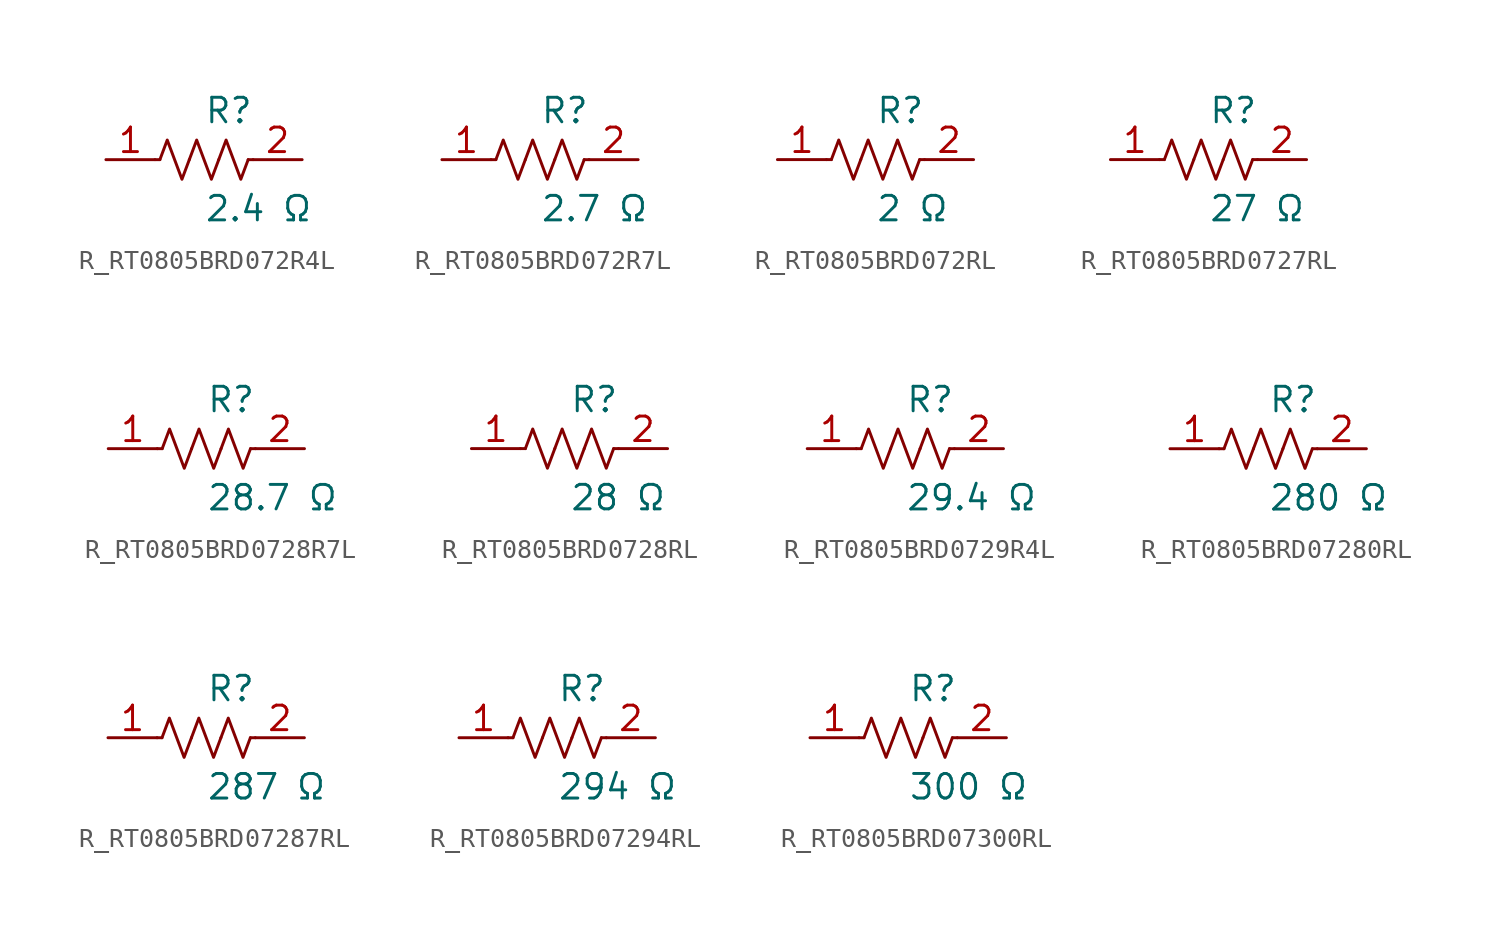
<source format=kicad_sym>
(kicad_symbol_lib
  (version 20231120)
  (generator kicad_symbol_editor)
  (generator_version 8.0)
  (symbol "R_RT0805BRD072R4L"
    (pin_names
      (offset 0.254))
    (property "Reference" "R"
      (at 0.0 2.54 0)
      (effects (font (size 1.27 1.27)) (justify left)))
    (property "Value" "2.4 Ω"
      (at 0.0 -2.54 0)
      (effects (font (size 1.27 1.27)) (justify left)))
    (symbol "R_RT0805BRD072R4L_0_1"
      (polyline (pts (xy 2.286 0) (xy 2.54 0)) (stroke (width 0) (type default)) (fill (type none)))
      (polyline (pts (xy -2.286 0) (xy -2.54 0)) (stroke (width 0) (type default)) (fill (type none)))
      (polyline (pts (xy 0.762 0) (xy 1.143 1.016) (xy 1.524 0) (xy 1.905 -1.016) (xy 2.286 0)) (stroke (width 0) (type default)) (fill (type none)))
      (polyline (pts (xy -0.762 0) (xy -0.381 1.016) (xy 0 0) (xy 0.381 -1.016) (xy 0.762 0)) (stroke (width 0) (type default)) (fill (type none)))
      (polyline (pts (xy -2.286 0) (xy -1.905 1.016) (xy -1.524 0) (xy -1.143 -1.016) (xy -0.762 0)) (stroke (width 0) (type default)) (fill (type none))))
    (pin unspecified line
      (at -5.08 0 0)
      (length 2.54)
      (name "" (effects (font (size 1.27 1.27))))
      (number "1" (effects (font (size 1.27 1.27)))))
    (pin unspecified line
      (at 5.08 0 180)
      (length 2.54)
      (name "" (effects (font (size 1.27 1.27))))
      (number "2" (effects (font (size 1.27 1.27))))))
  (symbol "R_RT0805BRD072R7L"
    (pin_names
      (offset 0.254))
    (property "Reference" "R"
      (at 0.0 2.54 0)
      (effects (font (size 1.27 1.27)) (justify left)))
    (property "Value" "2.7 Ω"
      (at 0.0 -2.54 0)
      (effects (font (size 1.27 1.27)) (justify left)))
    (symbol "R_RT0805BRD072R7L_0_1"
      (polyline (pts (xy 2.286 0) (xy 2.54 0)) (stroke (width 0) (type default)) (fill (type none)))
      (polyline (pts (xy -2.286 0) (xy -2.54 0)) (stroke (width 0) (type default)) (fill (type none)))
      (polyline (pts (xy 0.762 0) (xy 1.143 1.016) (xy 1.524 0) (xy 1.905 -1.016) (xy 2.286 0)) (stroke (width 0) (type default)) (fill (type none)))
      (polyline (pts (xy -0.762 0) (xy -0.381 1.016) (xy 0 0) (xy 0.381 -1.016) (xy 0.762 0)) (stroke (width 0) (type default)) (fill (type none)))
      (polyline (pts (xy -2.286 0) (xy -1.905 1.016) (xy -1.524 0) (xy -1.143 -1.016) (xy -0.762 0)) (stroke (width 0) (type default)) (fill (type none))))
    (pin unspecified line
      (at -5.08 0 0)
      (length 2.54)
      (name "" (effects (font (size 1.27 1.27))))
      (number "1" (effects (font (size 1.27 1.27)))))
    (pin unspecified line
      (at 5.08 0 180)
      (length 2.54)
      (name "" (effects (font (size 1.27 1.27))))
      (number "2" (effects (font (size 1.27 1.27))))))
  (symbol "R_RT0805BRD072RL"
    (pin_names
      (offset 0.254))
    (property "Reference" "R"
      (at 0.0 2.54 0)
      (effects (font (size 1.27 1.27)) (justify left)))
    (property "Value" "2 Ω"
      (at 0.0 -2.54 0)
      (effects (font (size 1.27 1.27)) (justify left)))
    (symbol "R_RT0805BRD072RL_0_1"
      (polyline (pts (xy 2.286 0) (xy 2.54 0)) (stroke (width 0) (type default)) (fill (type none)))
      (polyline (pts (xy -2.286 0) (xy -2.54 0)) (stroke (width 0) (type default)) (fill (type none)))
      (polyline (pts (xy 0.762 0) (xy 1.143 1.016) (xy 1.524 0) (xy 1.905 -1.016) (xy 2.286 0)) (stroke (width 0) (type default)) (fill (type none)))
      (polyline (pts (xy -0.762 0) (xy -0.381 1.016) (xy 0 0) (xy 0.381 -1.016) (xy 0.762 0)) (stroke (width 0) (type default)) (fill (type none)))
      (polyline (pts (xy -2.286 0) (xy -1.905 1.016) (xy -1.524 0) (xy -1.143 -1.016) (xy -0.762 0)) (stroke (width 0) (type default)) (fill (type none))))
    (pin unspecified line
      (at -5.08 0 0)
      (length 2.54)
      (name "" (effects (font (size 1.27 1.27))))
      (number "1" (effects (font (size 1.27 1.27)))))
    (pin unspecified line
      (at 5.08 0 180)
      (length 2.54)
      (name "" (effects (font (size 1.27 1.27))))
      (number "2" (effects (font (size 1.27 1.27))))))
  (symbol "R_RT0805BRD0727RL"
    (pin_names
      (offset 0.254))
    (property "Reference" "R"
      (at 0.0 2.54 0)
      (effects (font (size 1.27 1.27)) (justify left)))
    (property "Value" "27 Ω"
      (at 0.0 -2.54 0)
      (effects (font (size 1.27 1.27)) (justify left)))
    (symbol "R_RT0805BRD0727RL_0_1"
      (polyline (pts (xy 2.286 0) (xy 2.54 0)) (stroke (width 0) (type default)) (fill (type none)))
      (polyline (pts (xy -2.286 0) (xy -2.54 0)) (stroke (width 0) (type default)) (fill (type none)))
      (polyline (pts (xy 0.762 0) (xy 1.143 1.016) (xy 1.524 0) (xy 1.905 -1.016) (xy 2.286 0)) (stroke (width 0) (type default)) (fill (type none)))
      (polyline (pts (xy -0.762 0) (xy -0.381 1.016) (xy 0 0) (xy 0.381 -1.016) (xy 0.762 0)) (stroke (width 0) (type default)) (fill (type none)))
      (polyline (pts (xy -2.286 0) (xy -1.905 1.016) (xy -1.524 0) (xy -1.143 -1.016) (xy -0.762 0)) (stroke (width 0) (type default)) (fill (type none))))
    (pin unspecified line
      (at -5.08 0 0)
      (length 2.54)
      (name "" (effects (font (size 1.27 1.27))))
      (number "1" (effects (font (size 1.27 1.27)))))
    (pin unspecified line
      (at 5.08 0 180)
      (length 2.54)
      (name "" (effects (font (size 1.27 1.27))))
      (number "2" (effects (font (size 1.27 1.27))))))
  (symbol "R_RT0805BRD0728R7L"
    (pin_names
      (offset 0.254))
    (property "Reference" "R"
      (at 0.0 2.54 0)
      (effects (font (size 1.27 1.27)) (justify left)))
    (property "Value" "28.7 Ω"
      (at 0.0 -2.54 0)
      (effects (font (size 1.27 1.27)) (justify left)))
    (symbol "R_RT0805BRD0728R7L_0_1"
      (polyline (pts (xy 2.286 0) (xy 2.54 0)) (stroke (width 0) (type default)) (fill (type none)))
      (polyline (pts (xy -2.286 0) (xy -2.54 0)) (stroke (width 0) (type default)) (fill (type none)))
      (polyline (pts (xy 0.762 0) (xy 1.143 1.016) (xy 1.524 0) (xy 1.905 -1.016) (xy 2.286 0)) (stroke (width 0) (type default)) (fill (type none)))
      (polyline (pts (xy -0.762 0) (xy -0.381 1.016) (xy 0 0) (xy 0.381 -1.016) (xy 0.762 0)) (stroke (width 0) (type default)) (fill (type none)))
      (polyline (pts (xy -2.286 0) (xy -1.905 1.016) (xy -1.524 0) (xy -1.143 -1.016) (xy -0.762 0)) (stroke (width 0) (type default)) (fill (type none))))
    (pin unspecified line
      (at -5.08 0 0)
      (length 2.54)
      (name "" (effects (font (size 1.27 1.27))))
      (number "1" (effects (font (size 1.27 1.27)))))
    (pin unspecified line
      (at 5.08 0 180)
      (length 2.54)
      (name "" (effects (font (size 1.27 1.27))))
      (number "2" (effects (font (size 1.27 1.27))))))
  (symbol "R_RT0805BRD0728RL"
    (pin_names
      (offset 0.254))
    (property "Reference" "R"
      (at 0.0 2.54 0)
      (effects (font (size 1.27 1.27)) (justify left)))
    (property "Value" "28 Ω"
      (at 0.0 -2.54 0)
      (effects (font (size 1.27 1.27)) (justify left)))
    (symbol "R_RT0805BRD0728RL_0_1"
      (polyline (pts (xy 2.286 0) (xy 2.54 0)) (stroke (width 0) (type default)) (fill (type none)))
      (polyline (pts (xy -2.286 0) (xy -2.54 0)) (stroke (width 0) (type default)) (fill (type none)))
      (polyline (pts (xy 0.762 0) (xy 1.143 1.016) (xy 1.524 0) (xy 1.905 -1.016) (xy 2.286 0)) (stroke (width 0) (type default)) (fill (type none)))
      (polyline (pts (xy -0.762 0) (xy -0.381 1.016) (xy 0 0) (xy 0.381 -1.016) (xy 0.762 0)) (stroke (width 0) (type default)) (fill (type none)))
      (polyline (pts (xy -2.286 0) (xy -1.905 1.016) (xy -1.524 0) (xy -1.143 -1.016) (xy -0.762 0)) (stroke (width 0) (type default)) (fill (type none))))
    (pin unspecified line
      (at -5.08 0 0)
      (length 2.54)
      (name "" (effects (font (size 1.27 1.27))))
      (number "1" (effects (font (size 1.27 1.27)))))
    (pin unspecified line
      (at 5.08 0 180)
      (length 2.54)
      (name "" (effects (font (size 1.27 1.27))))
      (number "2" (effects (font (size 1.27 1.27))))))
  (symbol "R_RT0805BRD0729R4L"
    (pin_names
      (offset 0.254))
    (property "Reference" "R"
      (at 0.0 2.54 0)
      (effects (font (size 1.27 1.27)) (justify left)))
    (property "Value" "29.4 Ω"
      (at 0.0 -2.54 0)
      (effects (font (size 1.27 1.27)) (justify left)))
    (symbol "R_RT0805BRD0729R4L_0_1"
      (polyline (pts (xy 2.286 0) (xy 2.54 0)) (stroke (width 0) (type default)) (fill (type none)))
      (polyline (pts (xy -2.286 0) (xy -2.54 0)) (stroke (width 0) (type default)) (fill (type none)))
      (polyline (pts (xy 0.762 0) (xy 1.143 1.016) (xy 1.524 0) (xy 1.905 -1.016) (xy 2.286 0)) (stroke (width 0) (type default)) (fill (type none)))
      (polyline (pts (xy -0.762 0) (xy -0.381 1.016) (xy 0 0) (xy 0.381 -1.016) (xy 0.762 0)) (stroke (width 0) (type default)) (fill (type none)))
      (polyline (pts (xy -2.286 0) (xy -1.905 1.016) (xy -1.524 0) (xy -1.143 -1.016) (xy -0.762 0)) (stroke (width 0) (type default)) (fill (type none))))
    (pin unspecified line
      (at -5.08 0 0)
      (length 2.54)
      (name "" (effects (font (size 1.27 1.27))))
      (number "1" (effects (font (size 1.27 1.27)))))
    (pin unspecified line
      (at 5.08 0 180)
      (length 2.54)
      (name "" (effects (font (size 1.27 1.27))))
      (number "2" (effects (font (size 1.27 1.27))))))
  (symbol "R_RT0805BRD07280RL"
    (pin_names
      (offset 0.254))
    (property "Reference" "R"
      (at 0.0 2.54 0)
      (effects (font (size 1.27 1.27)) (justify left)))
    (property "Value" "280 Ω"
      (at 0.0 -2.54 0)
      (effects (font (size 1.27 1.27)) (justify left)))
    (symbol "R_RT0805BRD07280RL_0_1"
      (polyline (pts (xy 2.286 0) (xy 2.54 0)) (stroke (width 0) (type default)) (fill (type none)))
      (polyline (pts (xy -2.286 0) (xy -2.54 0)) (stroke (width 0) (type default)) (fill (type none)))
      (polyline (pts (xy 0.762 0) (xy 1.143 1.016) (xy 1.524 0) (xy 1.905 -1.016) (xy 2.286 0)) (stroke (width 0) (type default)) (fill (type none)))
      (polyline (pts (xy -0.762 0) (xy -0.381 1.016) (xy 0 0) (xy 0.381 -1.016) (xy 0.762 0)) (stroke (width 0) (type default)) (fill (type none)))
      (polyline (pts (xy -2.286 0) (xy -1.905 1.016) (xy -1.524 0) (xy -1.143 -1.016) (xy -0.762 0)) (stroke (width 0) (type default)) (fill (type none))))
    (pin unspecified line
      (at -5.08 0 0)
      (length 2.54)
      (name "" (effects (font (size 1.27 1.27))))
      (number "1" (effects (font (size 1.27 1.27)))))
    (pin unspecified line
      (at 5.08 0 180)
      (length 2.54)
      (name "" (effects (font (size 1.27 1.27))))
      (number "2" (effects (font (size 1.27 1.27))))))
  (symbol "R_RT0805BRD07287RL"
    (pin_names
      (offset 0.254))
    (property "Reference" "R"
      (at 0.0 2.54 0)
      (effects (font (size 1.27 1.27)) (justify left)))
    (property "Value" "287 Ω"
      (at 0.0 -2.54 0)
      (effects (font (size 1.27 1.27)) (justify left)))
    (symbol "R_RT0805BRD07287RL_0_1"
      (polyline (pts (xy 2.286 0) (xy 2.54 0)) (stroke (width 0) (type default)) (fill (type none)))
      (polyline (pts (xy -2.286 0) (xy -2.54 0)) (stroke (width 0) (type default)) (fill (type none)))
      (polyline (pts (xy 0.762 0) (xy 1.143 1.016) (xy 1.524 0) (xy 1.905 -1.016) (xy 2.286 0)) (stroke (width 0) (type default)) (fill (type none)))
      (polyline (pts (xy -0.762 0) (xy -0.381 1.016) (xy 0 0) (xy 0.381 -1.016) (xy 0.762 0)) (stroke (width 0) (type default)) (fill (type none)))
      (polyline (pts (xy -2.286 0) (xy -1.905 1.016) (xy -1.524 0) (xy -1.143 -1.016) (xy -0.762 0)) (stroke (width 0) (type default)) (fill (type none))))
    (pin unspecified line
      (at -5.08 0 0)
      (length 2.54)
      (name "" (effects (font (size 1.27 1.27))))
      (number "1" (effects (font (size 1.27 1.27)))))
    (pin unspecified line
      (at 5.08 0 180)
      (length 2.54)
      (name "" (effects (font (size 1.27 1.27))))
      (number "2" (effects (font (size 1.27 1.27))))))
  (symbol "R_RT0805BRD07294RL"
    (pin_names
      (offset 0.254))
    (property "Reference" "R"
      (at 0.0 2.54 0)
      (effects (font (size 1.27 1.27)) (justify left)))
    (property "Value" "294 Ω"
      (at 0.0 -2.54 0)
      (effects (font (size 1.27 1.27)) (justify left)))
    (symbol "R_RT0805BRD07294RL_0_1"
      (polyline (pts (xy 2.286 0) (xy 2.54 0)) (stroke (width 0) (type default)) (fill (type none)))
      (polyline (pts (xy -2.286 0) (xy -2.54 0)) (stroke (width 0) (type default)) (fill (type none)))
      (polyline (pts (xy 0.762 0) (xy 1.143 1.016) (xy 1.524 0) (xy 1.905 -1.016) (xy 2.286 0)) (stroke (width 0) (type default)) (fill (type none)))
      (polyline (pts (xy -0.762 0) (xy -0.381 1.016) (xy 0 0) (xy 0.381 -1.016) (xy 0.762 0)) (stroke (width 0) (type default)) (fill (type none)))
      (polyline (pts (xy -2.286 0) (xy -1.905 1.016) (xy -1.524 0) (xy -1.143 -1.016) (xy -0.762 0)) (stroke (width 0) (type default)) (fill (type none))))
    (pin unspecified line
      (at -5.08 0 0)
      (length 2.54)
      (name "" (effects (font (size 1.27 1.27))))
      (number "1" (effects (font (size 1.27 1.27)))))
    (pin unspecified line
      (at 5.08 0 180)
      (length 2.54)
      (name "" (effects (font (size 1.27 1.27))))
      (number "2" (effects (font (size 1.27 1.27))))))
  (symbol "R_RT0805BRD07300RL"
    (pin_names
      (offset 0.254))
    (property "Reference" "R"
      (at 0.0 2.54 0)
      (effects (font (size 1.27 1.27)) (justify left)))
    (property "Value" "300 Ω"
      (at 0.0 -2.54 0)
      (effects (font (size 1.27 1.27)) (justify left)))
    (symbol "R_RT0805BRD07300RL_0_1"
      (polyline (pts (xy 2.286 0) (xy 2.54 0)) (stroke (width 0) (type default)) (fill (type none)))
      (polyline (pts (xy -2.286 0) (xy -2.54 0)) (stroke (width 0) (type default)) (fill (type none)))
      (polyline (pts (xy 0.762 0) (xy 1.143 1.016) (xy 1.524 0) (xy 1.905 -1.016) (xy 2.286 0)) (stroke (width 0) (type default)) (fill (type none)))
      (polyline (pts (xy -0.762 0) (xy -0.381 1.016) (xy 0 0) (xy 0.381 -1.016) (xy 0.762 0)) (stroke (width 0) (type default)) (fill (type none)))
      (polyline (pts (xy -2.286 0) (xy -1.905 1.016) (xy -1.524 0) (xy -1.143 -1.016) (xy -0.762 0)) (stroke (width 0) (type default)) (fill (type none))))
    (pin unspecified line
      (at -5.08 0 0)
      (length 2.54)
      (name "" (effects (font (size 1.27 1.27))))
      (number "1" (effects (font (size 1.27 1.27)))))
    (pin unspecified line
      (at 5.08 0 180)
      (length 2.54)
      (name "" (effects (font (size 1.27 1.27))))
      (number "2" (effects (font (size 1.27 1.27)))))))
</source>
